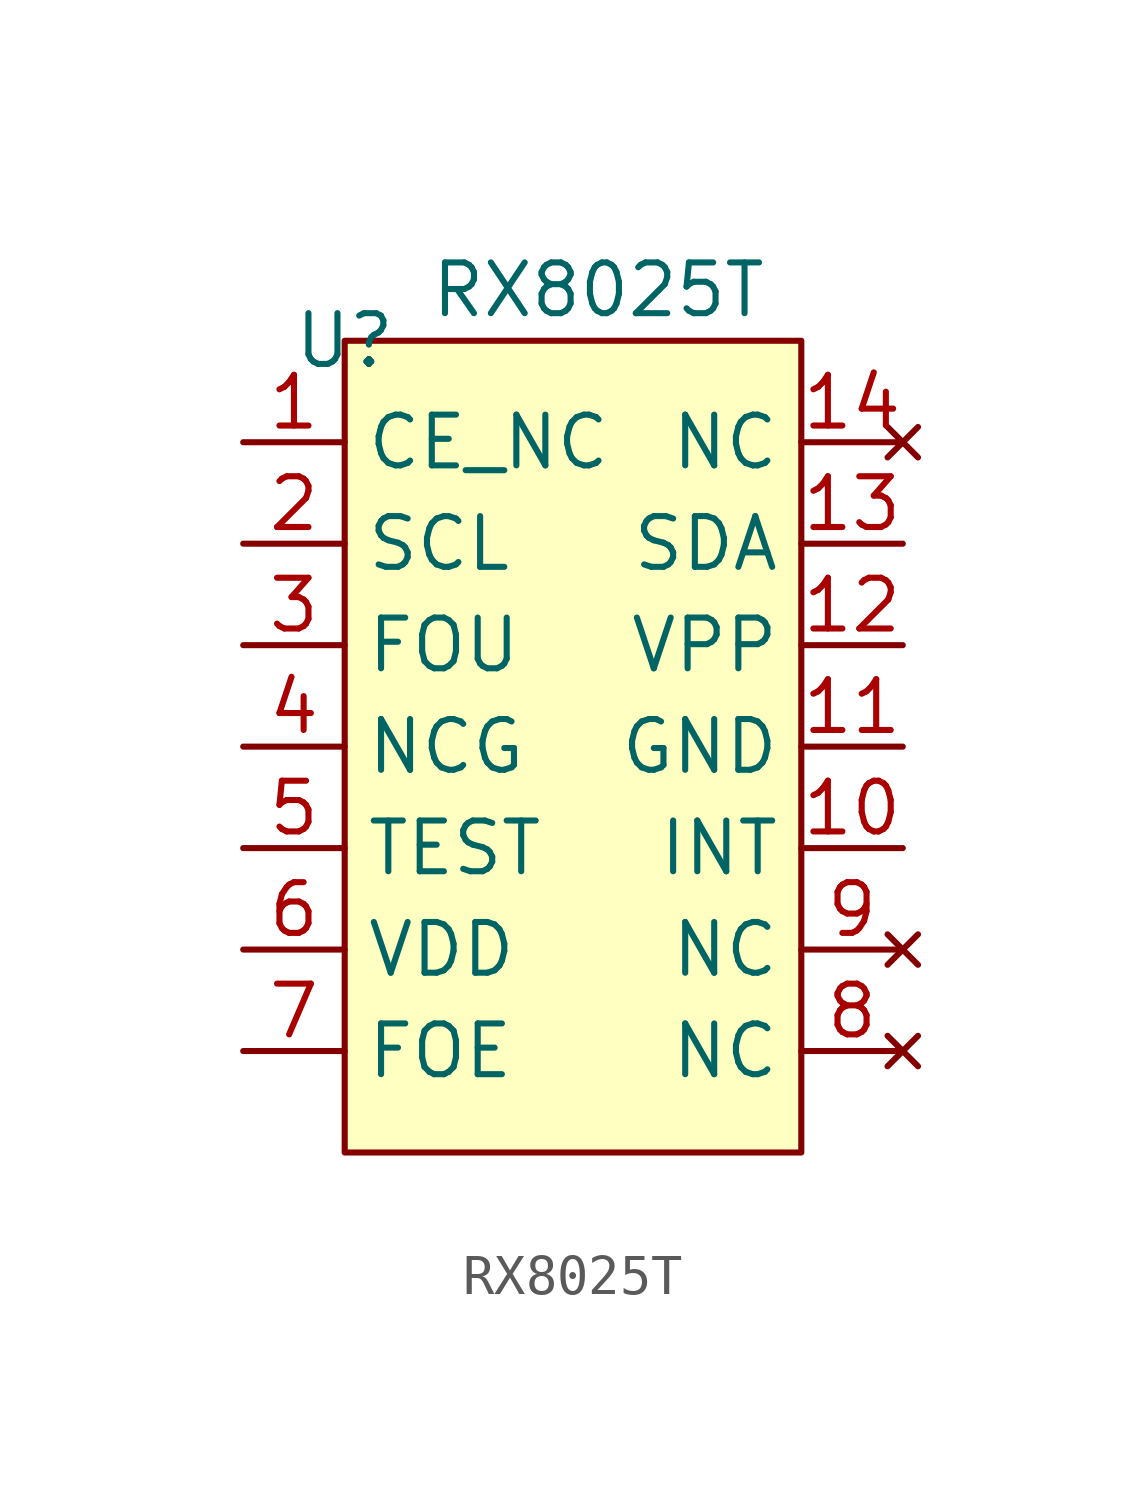
<source format=kicad_sym>
(kicad_symbol_lib
  (version 20211014)
  (generator kicad_symbol_editor)
  (symbol "RX8025T"
    (property "Reference" "U"
      (at 0 0 0)
      (effects (font (size 1.27 1.27))))
    (property "Value" "RX8025T"
      (at 6.35 1.27 0)
      (effects (font (size 1.27 1.27))))
    (symbol "RX8025T_0_1"
      (rectangle (start 0 0) (end 11.43 -20.32) (stroke (width 0) (type default) (color 0 0 0 0)) (fill (type background))))
    (symbol "RX8025T_1_1"
      (pin passive line (at -2.54 -2.54 0) (length 2.54) (name "CE_NC" (effects (font (size 1.27 1.27)))) (number "1" (effects (font (size 1.27 1.27)))))
      (pin output line (at 13.97 -12.7 180) (length 2.54) (name "INT" (effects (font (size 1.27 1.27)))) (number "10" (effects (font (size 1.27 1.27)))))
      (pin output line (at 13.97 -10.16 180) (length 2.54) (name "GND" (effects (font (size 1.27 1.27)))) (number "11" (effects (font (size 1.27 1.27)))))
      (pin unspecified line (at 13.97 -7.62 180) (length 2.54) (name "VPP" (effects (font (size 1.27 1.27)))) (number "12" (effects (font (size 1.27 1.27)))))
      (pin bidirectional line (at 13.97 -5.08 180) (length 2.54) (name "SDA" (effects (font (size 1.27 1.27)))) (number "13" (effects (font (size 1.27 1.27)))))
      (pin no_connect line (at 13.97 -2.54 180) (length 2.54) (name "NC" (effects (font (size 1.27 1.27)))) (number "14" (effects (font (size 1.27 1.27)))))
      (pin tri_state line (at -2.54 -5.08 0) (length 2.54) (name "SCL" (effects (font (size 1.27 1.27)))) (number "2" (effects (font (size 1.27 1.27)))))
      (pin unspecified line (at -2.54 -7.62 0) (length 2.54) (name "FOU" (effects (font (size 1.27 1.27)))) (number "3" (effects (font (size 1.27 1.27)))))
      (pin unspecified line (at -2.54 -10.16 0) (length 2.54) (name "NCG" (effects (font (size 1.27 1.27)))) (number "4" (effects (font (size 1.27 1.27)))))
      (pin unspecified line (at -2.54 -12.7 0) (length 2.54) (name "TEST" (effects (font (size 1.27 1.27)))) (number "5" (effects (font (size 1.27 1.27)))))
      (pin input line (at -2.54 -15.24 0) (length 2.54) (name "VDD" (effects (font (size 1.27 1.27)))) (number "6" (effects (font (size 1.27 1.27)))))
      (pin unspecified line (at -2.54 -17.78 0) (length 2.54) (name "FOE" (effects (font (size 1.27 1.27)))) (number "7" (effects (font (size 1.27 1.27)))))
      (pin no_connect line (at 13.97 -17.78 180) (length 2.54) (name "NC" (effects (font (size 1.27 1.27)))) (number "8" (effects (font (size 1.27 1.27)))))
      (pin no_connect line (at 13.97 -15.24 180) (length 2.54) (name "NC" (effects (font (size 1.27 1.27)))) (number "9" (effects (font (size 1.27 1.27))))))))
</source>
